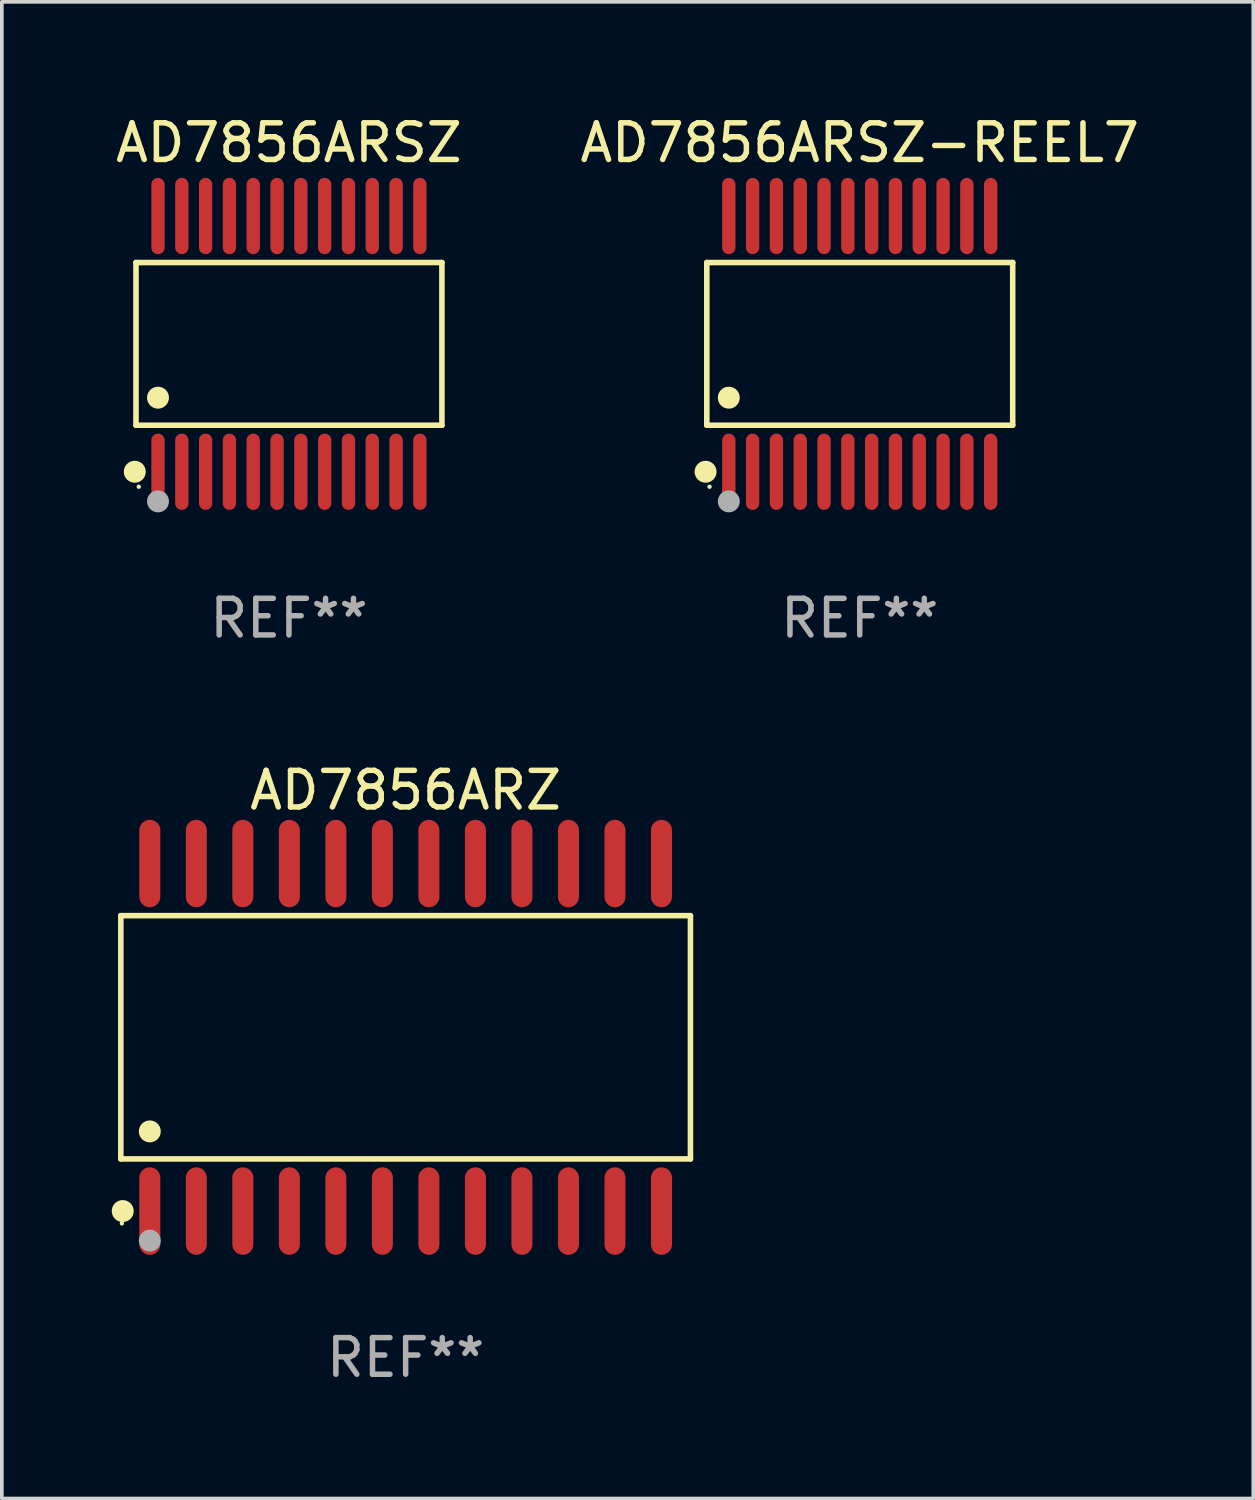
<source format=kicad_pcb>
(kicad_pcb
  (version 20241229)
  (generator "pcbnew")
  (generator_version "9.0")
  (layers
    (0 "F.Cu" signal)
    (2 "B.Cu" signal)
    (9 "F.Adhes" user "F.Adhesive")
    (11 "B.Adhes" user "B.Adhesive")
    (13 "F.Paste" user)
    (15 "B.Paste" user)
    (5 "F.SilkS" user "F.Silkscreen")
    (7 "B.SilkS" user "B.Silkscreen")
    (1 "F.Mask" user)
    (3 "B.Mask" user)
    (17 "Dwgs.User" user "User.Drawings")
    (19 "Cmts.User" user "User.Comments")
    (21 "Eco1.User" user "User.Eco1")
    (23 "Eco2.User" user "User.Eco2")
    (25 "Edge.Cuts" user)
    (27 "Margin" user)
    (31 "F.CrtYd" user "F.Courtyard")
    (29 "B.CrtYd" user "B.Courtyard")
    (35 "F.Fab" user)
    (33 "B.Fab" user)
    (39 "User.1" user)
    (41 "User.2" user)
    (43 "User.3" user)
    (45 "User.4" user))
  (footprint "AD7856ARSZ"
    (layer "F.Cu")
    (at 4.839 6.339)
    (property "Reference" "AD7856ARSZ" (at 0 -5.491 0) (layer "F.SilkS") (effects (font (size 1 1) (thickness 0.15))))
    (attr through_hole)
    (fp_line (start -4.176 -2.221) (end 4.176 -2.221) (stroke (width 0.152) (type solid)) (layer "F.SilkS"))
    (fp_line (start -4.176 2.221) (end -4.176 -2.221) (stroke (width 0.152) (type solid)) (layer "F.SilkS"))
    (fp_line (start 4.176 -2.221) (end 4.176 2.221) (stroke (width 0.152) (type solid)) (layer "F.SilkS"))
    (fp_line (start 4.176 2.221) (end -4.176 2.221) (stroke (width 0.152) (type solid)) (layer "F.SilkS"))
    (fp_circle (center -4.209 3.491) (end -4.059 3.491) (stroke (width 0.3) (type solid)) (fill no) (layer "F.SilkS"))
    (fp_circle (center -4.1 3.9) (end -4.07 3.9) (stroke (width 0.06) (type solid)) (fill no) (layer "F.SilkS"))
    (fp_circle (center -3.575 1.469) (end -3.425 1.469) (stroke (width 0.3) (type solid)) (fill no) (layer "F.SilkS"))
    (fp_circle (center -3.575 4.3) (end -3.425 4.3) (stroke (width 0.3) (type solid)) (fill no) (layer "F.Fab"))
    (fp_text user "REF**" (at 0 7.491 0) (layer "F.Fab") (effects (font (size 1 1) (thickness 0.15))))
    (pad "1" smd oval (at -3.575 3.491) (size 0.364 2.082) (layers "F.Cu" "F.Mask" "F.Paste"))
    (pad "2" smd oval (at -2.925 3.491) (size 0.364 2.082) (layers "F.Cu" "F.Mask" "F.Paste"))
    (pad "3" smd oval (at -2.275 3.491) (size 0.364 2.082) (layers "F.Cu" "F.Mask" "F.Paste"))
    (pad "4" smd oval (at -1.625 3.491) (size 0.364 2.082) (layers "F.Cu" "F.Mask" "F.Paste"))
    (pad "5" smd oval (at -0.975 3.491) (size 0.364 2.082) (layers "F.Cu" "F.Mask" "F.Paste"))
    (pad "6" smd oval (at -0.325 3.491) (size 0.364 2.082) (layers "F.Cu" "F.Mask" "F.Paste"))
    (pad "7" smd oval (at 0.325 3.491) (size 0.364 2.082) (layers "F.Cu" "F.Mask" "F.Paste"))
    (pad "8" smd oval (at 0.975 3.491) (size 0.364 2.082) (layers "F.Cu" "F.Mask" "F.Paste"))
    (pad "9" smd oval (at 1.625 3.491) (size 0.364 2.082) (layers "F.Cu" "F.Mask" "F.Paste"))
    (pad "10" smd oval (at 2.275 3.491) (size 0.364 2.082) (layers "F.Cu" "F.Mask" "F.Paste"))
    (pad "11" smd oval (at 2.925 3.491) (size 0.364 2.082) (layers "F.Cu" "F.Mask" "F.Paste"))
    (pad "12" smd oval (at 3.575 3.491) (size 0.364 2.082) (layers "F.Cu" "F.Mask" "F.Paste"))
    (pad "13" smd oval (at 3.575 -3.491) (size 0.364 2.082) (layers "F.Cu" "F.Mask" "F.Paste"))
    (pad "14" smd oval (at 2.925 -3.491) (size 0.364 2.082) (layers "F.Cu" "F.Mask" "F.Paste"))
    (pad "15" smd oval (at 2.275 -3.491) (size 0.364 2.082) (layers "F.Cu" "F.Mask" "F.Paste"))
    (pad "16" smd oval (at 1.625 -3.491) (size 0.364 2.082) (layers "F.Cu" "F.Mask" "F.Paste"))
    (pad "17" smd oval (at 0.975 -3.491) (size 0.364 2.082) (layers "F.Cu" "F.Mask" "F.Paste"))
    (pad "18" smd oval (at 0.325 -3.491) (size 0.364 2.082) (layers "F.Cu" "F.Mask" "F.Paste"))
    (pad "19" smd oval (at -0.325 -3.491) (size 0.364 2.082) (layers "F.Cu" "F.Mask" "F.Paste"))
    (pad "20" smd oval (at -0.975 -3.491) (size 0.364 2.082) (layers "F.Cu" "F.Mask" "F.Paste"))
    (pad "21" smd oval (at -1.625 -3.491) (size 0.364 2.082) (layers "F.Cu" "F.Mask" "F.Paste"))
    (pad "22" smd oval (at -2.275 -3.491) (size 0.364 2.082) (layers "F.Cu" "F.Mask" "F.Paste"))
    (pad "23" smd oval (at -2.925 -3.491) (size 0.364 2.082) (layers "F.Cu" "F.Mask" "F.Paste"))
    (pad "24" smd oval (at -3.575 -3.491) (size 0.364 2.082) (layers "F.Cu" "F.Mask" "F.Paste")))
  (footprint "AD7856ARZ"
    (layer "F.Cu")
    (at 8.025 25.271)
    (property "Reference" "AD7856ARZ" (at 0 -6.744 0) (layer "F.SilkS") (effects (font (size 1 1) (thickness 0.15))))
    (attr through_hole)
    (fp_line (start -7.776 -3.321) (end 7.776 -3.321) (stroke (width 0.152) (type solid)) (layer "F.SilkS"))
    (fp_line (start -7.776 3.321) (end -7.776 -3.321) (stroke (width 0.152) (type solid)) (layer "F.SilkS"))
    (fp_line (start 7.776 -3.321) (end 7.776 3.321) (stroke (width 0.152) (type solid)) (layer "F.SilkS"))
    (fp_line (start 7.776 3.321) (end -7.776 3.321) (stroke (width 0.152) (type solid)) (layer "F.SilkS"))
    (fp_circle (center -7.747 5.08) (end -7.717 5.08) (stroke (width 0.06) (type solid)) (fill no) (layer "F.SilkS"))
    (fp_circle (center -7.724 4.744) (end -7.574 4.744) (stroke (width 0.3) (type solid)) (fill no) (layer "F.SilkS"))
    (fp_circle (center -6.985 2.569) (end -6.835 2.569) (stroke (width 0.3) (type solid)) (fill no) (layer "F.SilkS"))
    (fp_circle (center -6.985 5.55) (end -6.835 5.55) (stroke (width 0.3) (type solid)) (fill no) (layer "F.Fab"))
    (fp_text user "REF**" (at 0 8.744 0) (layer "F.Fab") (effects (font (size 1 1) (thickness 0.15))))
    (pad "1" smd oval (at -6.985 4.744) (size 0.574 2.388) (layers "F.Cu" "F.Mask" "F.Paste"))
    (pad "2" smd oval (at -5.715 4.744) (size 0.574 2.388) (layers "F.Cu" "F.Mask" "F.Paste"))
    (pad "3" smd oval (at -4.445 4.744) (size 0.574 2.388) (layers "F.Cu" "F.Mask" "F.Paste"))
    (pad "4" smd oval (at -3.175 4.744) (size 0.574 2.388) (layers "F.Cu" "F.Mask" "F.Paste"))
    (pad "5" smd oval (at -1.905 4.744) (size 0.574 2.388) (layers "F.Cu" "F.Mask" "F.Paste"))
    (pad "6" smd oval (at -0.635 4.744) (size 0.574 2.388) (layers "F.Cu" "F.Mask" "F.Paste"))
    (pad "7" smd oval (at 0.635 4.744) (size 0.574 2.388) (layers "F.Cu" "F.Mask" "F.Paste"))
    (pad "8" smd oval (at 1.905 4.744) (size 0.574 2.388) (layers "F.Cu" "F.Mask" "F.Paste"))
    (pad "9" smd oval (at 3.175 4.744) (size 0.574 2.388) (layers "F.Cu" "F.Mask" "F.Paste"))
    (pad "10" smd oval (at 4.445 4.744) (size 0.574 2.388) (layers "F.Cu" "F.Mask" "F.Paste"))
    (pad "11" smd oval (at 5.715 4.744) (size 0.574 2.388) (layers "F.Cu" "F.Mask" "F.Paste"))
    (pad "12" smd oval (at 6.985 4.744) (size 0.574 2.388) (layers "F.Cu" "F.Mask" "F.Paste"))
    (pad "13" smd oval (at 6.985 -4.744) (size 0.574 2.388) (layers "F.Cu" "F.Mask" "F.Paste"))
    (pad "14" smd oval (at 5.715 -4.744) (size 0.574 2.388) (layers "F.Cu" "F.Mask" "F.Paste"))
    (pad "15" smd oval (at 4.445 -4.744) (size 0.574 2.388) (layers "F.Cu" "F.Mask" "F.Paste"))
    (pad "16" smd oval (at 3.175 -4.744) (size 0.574 2.388) (layers "F.Cu" "F.Mask" "F.Paste"))
    (pad "17" smd oval (at 1.905 -4.744) (size 0.574 2.388) (layers "F.Cu" "F.Mask" "F.Paste"))
    (pad "18" smd oval (at 0.635 -4.744) (size 0.574 2.388) (layers "F.Cu" "F.Mask" "F.Paste"))
    (pad "19" smd oval (at -0.635 -4.744) (size 0.574 2.388) (layers "F.Cu" "F.Mask" "F.Paste"))
    (pad "20" smd oval (at -1.905 -4.744) (size 0.574 2.388) (layers "F.Cu" "F.Mask" "F.Paste"))
    (pad "21" smd oval (at -3.175 -4.744) (size 0.574 2.388) (layers "F.Cu" "F.Mask" "F.Paste"))
    (pad "22" smd oval (at -4.445 -4.744) (size 0.574 2.388) (layers "F.Cu" "F.Mask" "F.Paste"))
    (pad "23" smd oval (at -5.715 -4.744) (size 0.574 2.388) (layers "F.Cu" "F.Mask" "F.Paste"))
    (pad "24" smd oval (at -6.985 -4.744) (size 0.574 2.388) (layers "F.Cu" "F.Mask" "F.Paste")))
  (footprint "AD7856ARSZ-REEL7"
    (layer "F.Cu")
    (at 20.423 6.339)
    (property "Reference" "AD7856ARSZ-REEL7" (at 0 -5.491 0) (layer "F.SilkS") (effects (font (size 1 1) (thickness 0.15))))
    (attr through_hole)
    (fp_line (start -4.176 -2.221) (end 4.176 -2.221) (stroke (width 0.152) (type solid)) (layer "F.SilkS"))
    (fp_line (start -4.176 2.221) (end -4.176 -2.221) (stroke (width 0.152) (type solid)) (layer "F.SilkS"))
    (fp_line (start 4.176 -2.221) (end 4.176 2.221) (stroke (width 0.152) (type solid)) (layer "F.SilkS"))
    (fp_line (start 4.176 2.221) (end -4.176 2.221) (stroke (width 0.152) (type solid)) (layer "F.SilkS"))
    (fp_circle (center -4.209 3.491) (end -4.059 3.491) (stroke (width 0.3) (type solid)) (fill no) (layer "F.SilkS"))
    (fp_circle (center -4.1 3.9) (end -4.07 3.9) (stroke (width 0.06) (type solid)) (fill no) (layer "F.SilkS"))
    (fp_circle (center -3.575 1.469) (end -3.425 1.469) (stroke (width 0.3) (type solid)) (fill no) (layer "F.SilkS"))
    (fp_circle (center -3.575 4.3) (end -3.425 4.3) (stroke (width 0.3) (type solid)) (fill no) (layer "F.Fab"))
    (fp_text user "REF**" (at 0 7.491 0) (layer "F.Fab") (effects (font (size 1 1) (thickness 0.15))))
    (pad "1" smd oval (at -3.575 3.491) (size 0.364 2.082) (layers "F.Cu" "F.Mask" "F.Paste"))
    (pad "2" smd oval (at -2.925 3.491) (size 0.364 2.082) (layers "F.Cu" "F.Mask" "F.Paste"))
    (pad "3" smd oval (at -2.275 3.491) (size 0.364 2.082) (layers "F.Cu" "F.Mask" "F.Paste"))
    (pad "4" smd oval (at -1.625 3.491) (size 0.364 2.082) (layers "F.Cu" "F.Mask" "F.Paste"))
    (pad "5" smd oval (at -0.975 3.491) (size 0.364 2.082) (layers "F.Cu" "F.Mask" "F.Paste"))
    (pad "6" smd oval (at -0.325 3.491) (size 0.364 2.082) (layers "F.Cu" "F.Mask" "F.Paste"))
    (pad "7" smd oval (at 0.325 3.491) (size 0.364 2.082) (layers "F.Cu" "F.Mask" "F.Paste"))
    (pad "8" smd oval (at 0.975 3.491) (size 0.364 2.082) (layers "F.Cu" "F.Mask" "F.Paste"))
    (pad "9" smd oval (at 1.625 3.491) (size 0.364 2.082) (layers "F.Cu" "F.Mask" "F.Paste"))
    (pad "10" smd oval (at 2.275 3.491) (size 0.364 2.082) (layers "F.Cu" "F.Mask" "F.Paste"))
    (pad "11" smd oval (at 2.925 3.491) (size 0.364 2.082) (layers "F.Cu" "F.Mask" "F.Paste"))
    (pad "12" smd oval (at 3.575 3.491) (size 0.364 2.082) (layers "F.Cu" "F.Mask" "F.Paste"))
    (pad "13" smd oval (at 3.575 -3.491) (size 0.364 2.082) (layers "F.Cu" "F.Mask" "F.Paste"))
    (pad "14" smd oval (at 2.925 -3.491) (size 0.364 2.082) (layers "F.Cu" "F.Mask" "F.Paste"))
    (pad "15" smd oval (at 2.275 -3.491) (size 0.364 2.082) (layers "F.Cu" "F.Mask" "F.Paste"))
    (pad "16" smd oval (at 1.625 -3.491) (size 0.364 2.082) (layers "F.Cu" "F.Mask" "F.Paste"))
    (pad "17" smd oval (at 0.975 -3.491) (size 0.364 2.082) (layers "F.Cu" "F.Mask" "F.Paste"))
    (pad "18" smd oval (at 0.325 -3.491) (size 0.364 2.082) (layers "F.Cu" "F.Mask" "F.Paste"))
    (pad "19" smd oval (at -0.325 -3.491) (size 0.364 2.082) (layers "F.Cu" "F.Mask" "F.Paste"))
    (pad "20" smd oval (at -0.975 -3.491) (size 0.364 2.082) (layers "F.Cu" "F.Mask" "F.Paste"))
    (pad "21" smd oval (at -1.625 -3.491) (size 0.364 2.082) (layers "F.Cu" "F.Mask" "F.Paste"))
    (pad "22" smd oval (at -2.275 -3.491) (size 0.364 2.082) (layers "F.Cu" "F.Mask" "F.Paste"))
    (pad "23" smd oval (at -2.925 -3.491) (size 0.364 2.082) (layers "F.Cu" "F.Mask" "F.Paste"))
    (pad "24" smd oval (at -3.575 -3.491) (size 0.364 2.082) (layers "F.Cu" "F.Mask" "F.Paste")))
  (gr_rect
    (start -3 -3)
    (end 31.167 37.863)
    (stroke (width 0.1) (type default))
    (fill no)
    (layer "Edge.Cuts")))
</source>
